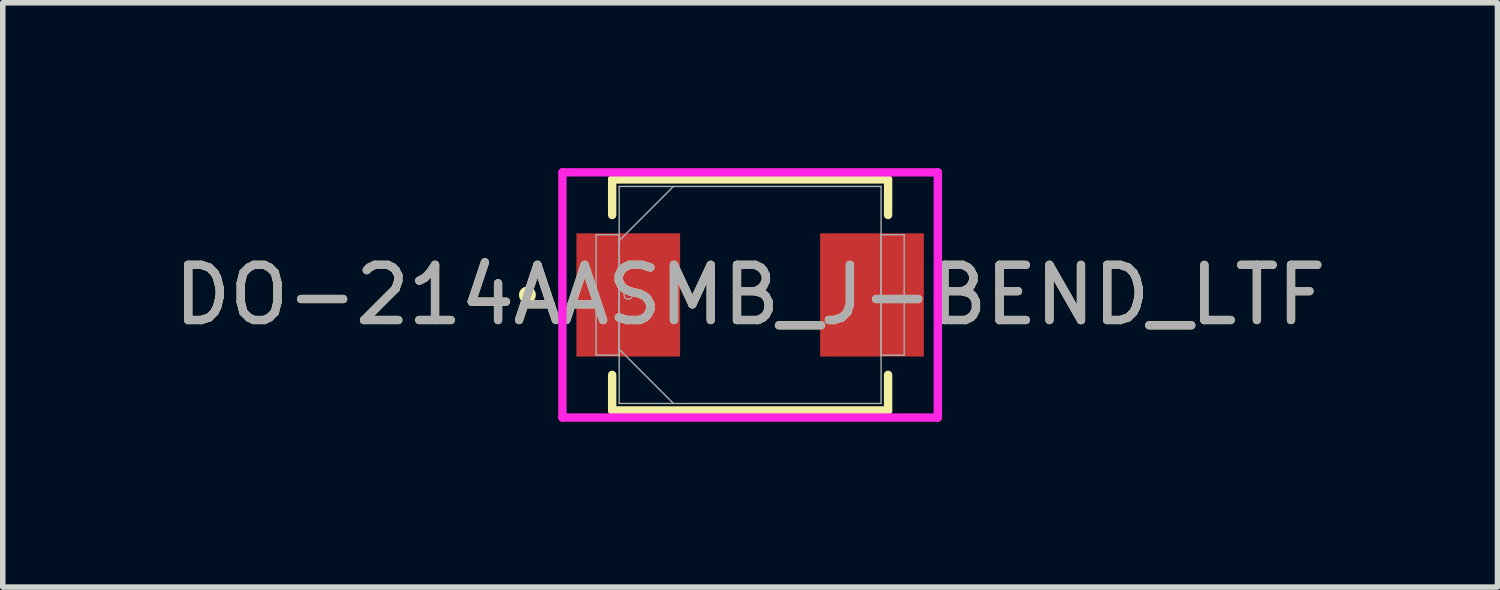
<source format=kicad_pcb>
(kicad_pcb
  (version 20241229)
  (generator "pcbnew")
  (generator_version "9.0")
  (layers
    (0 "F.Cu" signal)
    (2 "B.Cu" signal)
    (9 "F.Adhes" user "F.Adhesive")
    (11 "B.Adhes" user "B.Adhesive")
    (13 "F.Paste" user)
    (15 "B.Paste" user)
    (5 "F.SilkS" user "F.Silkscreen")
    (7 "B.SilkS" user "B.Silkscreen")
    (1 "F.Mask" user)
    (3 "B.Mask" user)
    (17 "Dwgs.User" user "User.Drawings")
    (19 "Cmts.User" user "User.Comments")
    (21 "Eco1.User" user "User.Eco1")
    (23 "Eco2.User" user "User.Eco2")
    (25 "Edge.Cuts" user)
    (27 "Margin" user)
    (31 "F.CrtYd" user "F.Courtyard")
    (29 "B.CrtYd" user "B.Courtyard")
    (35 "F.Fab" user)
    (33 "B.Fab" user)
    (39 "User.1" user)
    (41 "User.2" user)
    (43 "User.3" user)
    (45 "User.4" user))
  (footprint "DO-214AASMB_J-BEND_LTF"
    (layer "F.Cu")
    (at 10.554 2.299)
    (property "Reference" "DO-214AASMB_J-BEND_LTF" (at 0 0 0) (unlocked yes) (layer "F.SilkS") (effects (font (size 1 1) (thickness 0.15))))
    (attr smd)
    (fp_line (start -2.502 -2.095) (end -2.502 -1.45) (stroke (width 0.152) (type solid)) (layer "F.SilkS"))
    (fp_line (start -2.502 1.45) (end -2.502 2.095) (stroke (width 0.152) (type solid)) (layer "F.SilkS"))
    (fp_line (start -2.502 2.095) (end 2.502 2.095) (stroke (width 0.152) (type solid)) (layer "F.SilkS"))
    (fp_line (start 2.502 -2.095) (end -2.502 -2.095) (stroke (width 0.152) (type solid)) (layer "F.SilkS"))
    (fp_line (start 2.502 -1.45) (end 2.502 -2.095) (stroke (width 0.152) (type solid)) (layer "F.SilkS"))
    (fp_line (start 2.502 2.095) (end 2.502 1.45) (stroke (width 0.152) (type solid)) (layer "F.SilkS"))
    (fp_circle (center -4.039 0) (end -3.962 0) (stroke (width 0.152) (type solid)) (fill no) (layer "F.SilkS"))
    (fp_line (start -3.404 -2.223) (end 3.404 -2.223) (stroke (width 0.152) (type solid)) (layer "F.CrtYd"))
    (fp_line (start -3.404 2.223) (end -3.404 -2.223) (stroke (width 0.152) (type solid)) (layer "F.CrtYd"))
    (fp_line (start 3.404 -2.223) (end 3.404 2.223) (stroke (width 0.152) (type solid)) (layer "F.CrtYd"))
    (fp_line (start 3.404 2.223) (end -3.404 2.223) (stroke (width 0.152) (type solid)) (layer "F.CrtYd"))
    (fp_line (start -2.794 -1.092) (end -2.794 1.092) (stroke (width 0.025) (type solid)) (layer "F.Fab"))
    (fp_line (start -2.794 1.092) (end -2.375 1.092) (stroke (width 0.025) (type solid)) (layer "F.Fab"))
    (fp_line (start -2.375 -1.968) (end -2.375 1.968) (stroke (width 0.025) (type solid)) (layer "F.Fab"))
    (fp_line (start -2.375 -1.092) (end -2.794 -1.092) (stroke (width 0.025) (type solid)) (layer "F.Fab"))
    (fp_line (start -2.375 -0.984) (end -1.391 -1.968) (stroke (width 0.025) (type solid)) (layer "F.Fab"))
    (fp_line (start -2.375 0.984) (end -1.391 1.968) (stroke (width 0.025) (type solid)) (layer "F.Fab"))
    (fp_line (start -2.375 1.092) (end -2.375 -1.092) (stroke (width 0.025) (type solid)) (layer "F.Fab"))
    (fp_line (start -2.375 1.968) (end 2.375 1.968) (stroke (width 0.025) (type solid)) (layer "F.Fab"))
    (fp_line (start 2.375 -1.968) (end -2.375 -1.968) (stroke (width 0.025) (type solid)) (layer "F.Fab"))
    (fp_line (start 2.375 -1.092) (end 2.375 1.092) (stroke (width 0.025) (type solid)) (layer "F.Fab"))
    (fp_line (start 2.375 1.092) (end 2.794 1.092) (stroke (width 0.025) (type solid)) (layer "F.Fab"))
    (fp_line (start 2.375 1.968) (end 2.375 -1.968) (stroke (width 0.025) (type solid)) (layer "F.Fab"))
    (fp_line (start 2.794 -1.092) (end 2.375 -1.092) (stroke (width 0.025) (type solid)) (layer "F.Fab"))
    (fp_line (start 2.794 1.092) (end 2.794 -1.092) (stroke (width 0.025) (type solid)) (layer "F.Fab"))
    (fp_circle (center -2.21 0) (end -2.134 0) (stroke (width 0.025) (type solid)) (fill no) (layer "F.Fab"))
    (fp_text user "${REFERENCE}" (at 0 0 0) (unlocked yes) (layer "F.Fab") (effects (font (size 1 1) (thickness 0.15))))
    (pad "1" smd rect (at -2.21 0) (size 1.88 2.235) (layers "F.Cu" "F.Mask" "F.Paste"))
    (pad "2" smd rect (at 2.21 0) (size 1.88 2.235) (layers "F.Cu" "F.Mask" "F.Paste"))
    (zone (net_name "") (layer "F.Cu") (hatch full 0.508) (connect_pads) (min_thickness 0.254) (filled_areas_thickness no) (keepout (tracks not_allowed) (vias not_allowed) (pads allowed) (copperpour not_allowed) (footprints allowed)) (placement (enabled no)) (fill) (polygon (pts (xy 9.334 0.381) (xy 11.773 0.381) (xy 11.773 4.216) (xy 9.334 4.216)))))
  (gr_rect
    (start -3 -3)
    (end 24.107 7.597)
    (stroke (width 0.1) (type default))
    (fill no)
    (layer "Edge.Cuts")))
</source>
